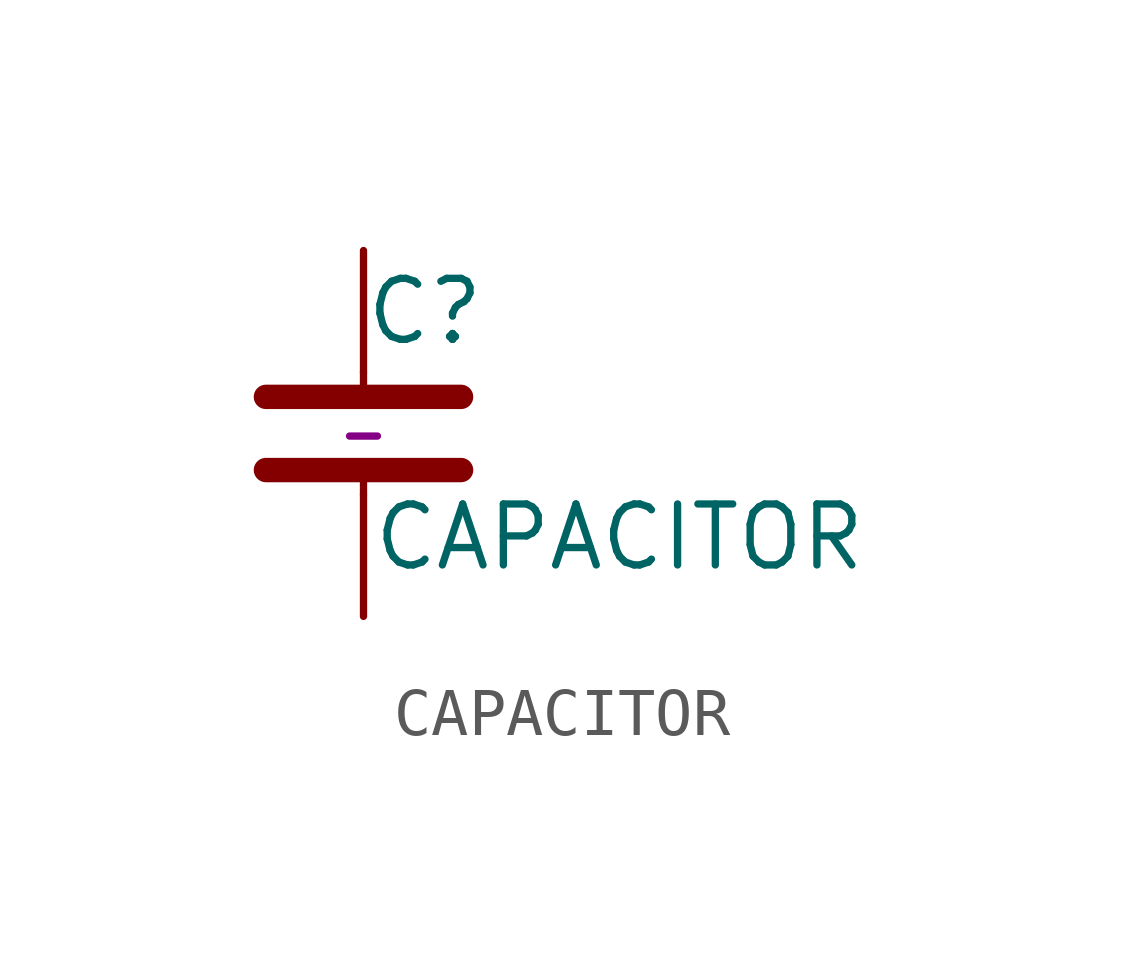
<source format=kicad_sym>
(kicad_symbol_lib
  (version 20201005)
  (generator kicad_symbol_editor)
  (symbol "CAPACITOR"
    (pin_numbers hide)
    (pin_names
      (offset 0.254))
    (property "Reference" "C"
      (at 0 2.54 0)
      (effects (font (size 1.27 1.27)) (justify left)))
    (property "Value" "CAPACITOR"
      (at 0.152 -2.159 0)
      (effects (font (size 1.27 1.27)) (justify left)))
    (property "Parameters" "-"
      (at 0 0 0)
      (effects (font (size 0.762 0.762))))
    (symbol "CAPACITOR_0_1"
      (polyline (pts (xy -2.032 -0.762) (xy 2.032 -0.762)) (stroke (width 0.508)) (fill (type none)))
      (polyline (pts (xy -2.032 0.762) (xy 2.032 0.762)) (stroke (width 0.508)) (fill (type none)))
      (polyline (pts (xy 0 -1.27) (xy 0 -0.635)) (stroke (width 0)) (fill (type none)))
      (polyline (pts (xy 0 1.27) (xy 0 0.635)) (stroke (width 0)) (fill (type none))))
    (symbol "CAPACITOR_1_1"
      (pin passive line (at 0 3.81 270) (length 2.54) (name "~" (effects (font (size 1.016 1.016)))) (number "1" (effects (font (size 1.016 1.016)))))
      (pin passive line (at 0 -3.81 90) (length 2.54) (name "~" (effects (font (size 1.016 1.016)))) (number "2" (effects (font (size 1.016 1.016))))))))
</source>
